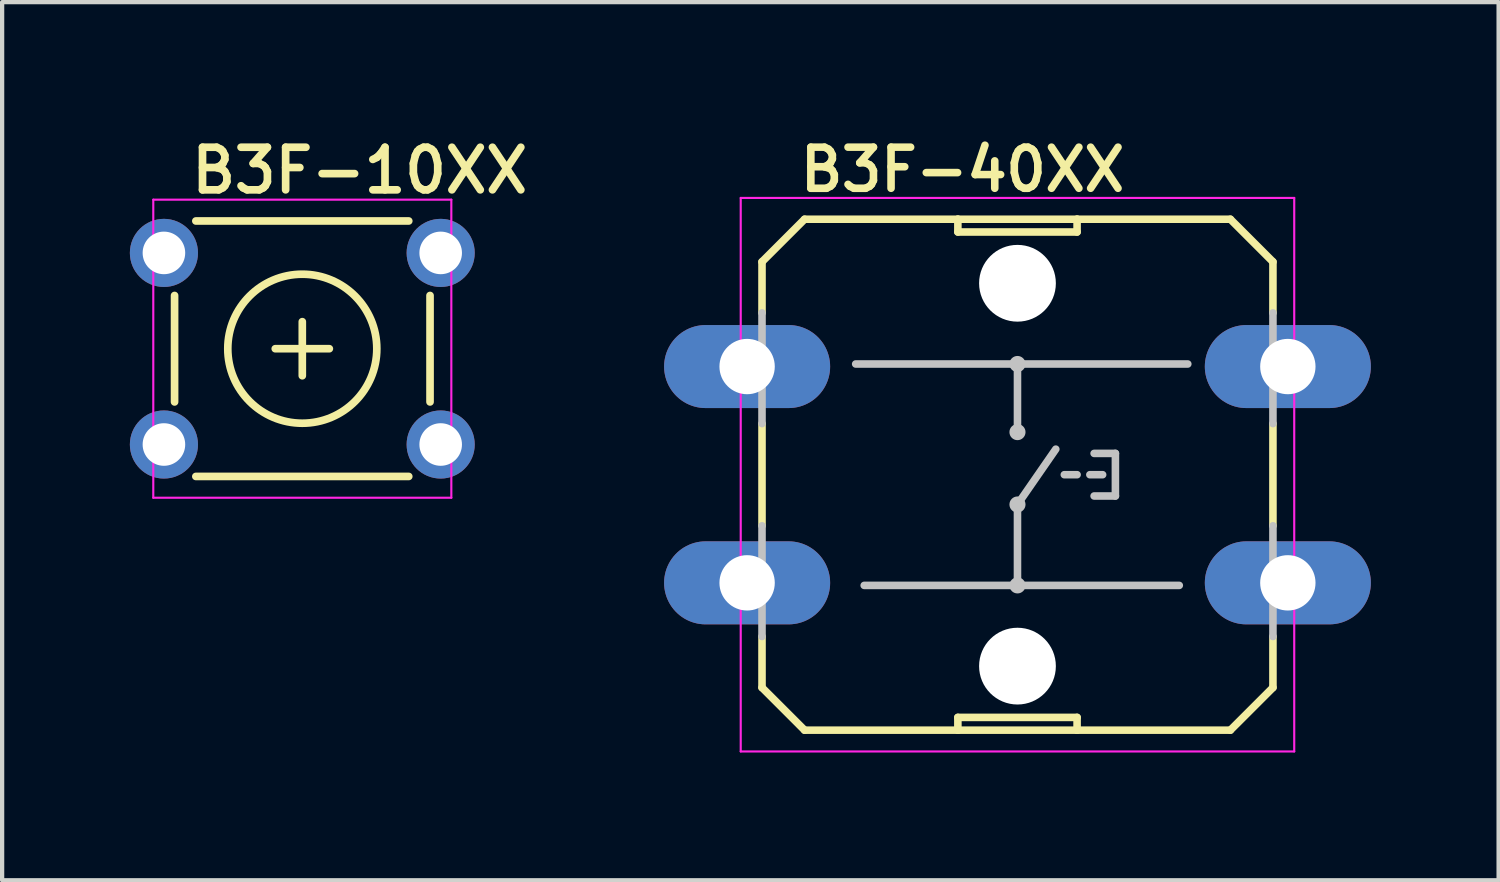
<source format=kicad_pcb>
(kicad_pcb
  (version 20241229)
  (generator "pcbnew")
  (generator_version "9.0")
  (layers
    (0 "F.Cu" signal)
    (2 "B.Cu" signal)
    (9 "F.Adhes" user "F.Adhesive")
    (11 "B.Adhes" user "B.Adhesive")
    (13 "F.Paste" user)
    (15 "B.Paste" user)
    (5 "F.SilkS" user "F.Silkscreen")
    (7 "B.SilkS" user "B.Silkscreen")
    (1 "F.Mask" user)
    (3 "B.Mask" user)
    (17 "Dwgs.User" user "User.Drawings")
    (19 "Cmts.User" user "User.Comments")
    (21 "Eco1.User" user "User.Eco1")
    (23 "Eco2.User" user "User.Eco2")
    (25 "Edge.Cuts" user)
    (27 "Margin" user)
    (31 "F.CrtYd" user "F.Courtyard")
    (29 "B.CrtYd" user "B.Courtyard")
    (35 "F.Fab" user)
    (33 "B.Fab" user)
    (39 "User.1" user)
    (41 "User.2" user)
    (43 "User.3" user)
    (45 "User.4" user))
  (footprint "B3F-40XX"
    (layer "F.Cu")
    (at 20.847 8.099)
    (property "Reference" "B3F-40XX" (at -5.2 -6.6 0) (layer "F.SilkS") (effects (font (size 0.965 0.965) (thickness 0.178)) (justify left bottom)))
    (attr through_hole)
    (fp_line (start -6 -5) (end -6 -3.8) (stroke (width 0.178) (type solid)) (layer "F.SilkS"))
    (fp_line (start -6 -1.2) (end -6 1.2) (stroke (width 0.178) (type solid)) (layer "F.SilkS"))
    (fp_line (start -6 3.8) (end -6 5) (stroke (width 0.178) (type solid)) (layer "F.SilkS"))
    (fp_line (start -6 5) (end -5 6) (stroke (width 0.178) (type solid)) (layer "F.SilkS"))
    (fp_line (start -5 -6) (end -6 -5) (stroke (width 0.178) (type solid)) (layer "F.SilkS"))
    (fp_line (start -1.4 -6) (end -5 -6) (stroke (width 0.178) (type solid)) (layer "F.SilkS"))
    (fp_line (start -1.4 -6) (end -1.4 -5.7) (stroke (width 0.178) (type solid)) (layer "F.SilkS"))
    (fp_line (start -1.4 -5.7) (end 1.4 -5.7) (stroke (width 0.178) (type solid)) (layer "F.SilkS"))
    (fp_line (start -1.4 5.7) (end 1.4 5.7) (stroke (width 0.178) (type solid)) (layer "F.SilkS"))
    (fp_line (start -1.4 6) (end -5 6) (stroke (width 0.178) (type solid)) (layer "F.SilkS"))
    (fp_line (start -1.4 6) (end -1.4 5.7) (stroke (width 0.178) (type solid)) (layer "F.SilkS"))
    (fp_line (start 1.4 -6) (end -1.4 -6) (stroke (width 0.178) (type solid)) (layer "F.SilkS"))
    (fp_line (start 1.4 -5.7) (end 1.4 -6) (stroke (width 0.178) (type solid)) (layer "F.SilkS"))
    (fp_line (start 1.4 5.7) (end 1.4 6) (stroke (width 0.178) (type solid)) (layer "F.SilkS"))
    (fp_line (start 1.4 6) (end -1.4 6) (stroke (width 0.178) (type solid)) (layer "F.SilkS"))
    (fp_line (start 5 -6) (end 1.4 -6) (stroke (width 0.178) (type solid)) (layer "F.SilkS"))
    (fp_line (start 5 6) (end 1.4 6) (stroke (width 0.178) (type solid)) (layer "F.SilkS"))
    (fp_line (start 5 6) (end 6 5) (stroke (width 0.178) (type solid)) (layer "F.SilkS"))
    (fp_line (start 6 -5) (end 5 -6) (stroke (width 0.178) (type solid)) (layer "F.SilkS"))
    (fp_line (start 6 -5) (end 6 -3.8) (stroke (width 0.178) (type solid)) (layer "F.SilkS"))
    (fp_line (start 6 -1.2) (end 6 1.2) (stroke (width 0.178) (type solid)) (layer "F.SilkS"))
    (fp_line (start 6 5) (end 6 3.8) (stroke (width 0.178) (type solid)) (layer "F.SilkS"))
    (fp_line (start -6 -1.2) (end -6 -3.8) (stroke (width 0.178) (type solid)) (layer "Dwgs.User"))
    (fp_line (start -6 3.8) (end -6 1.2) (stroke (width 0.178) (type solid)) (layer "Dwgs.User"))
    (fp_line (start -3.8 -2.6) (end 0 -2.6) (stroke (width 0.178) (type solid)) (layer "Dwgs.User"))
    (fp_line (start -3.6 2.6) (end 0 2.6) (stroke (width 0.178) (type solid)) (layer "Dwgs.User"))
    (fp_line (start 0 -2.6) (end 0 -1) (stroke (width 0.178) (type solid)) (layer "Dwgs.User"))
    (fp_line (start 0 -2.6) (end 4 -2.6) (stroke (width 0.178) (type solid)) (layer "Dwgs.User"))
    (fp_line (start 0 0.7) (end 0.9 -0.6) (stroke (width 0.178) (type solid)) (layer "Dwgs.User"))
    (fp_line (start 0 2.6) (end 0 0.7) (stroke (width 0.178) (type solid)) (layer "Dwgs.User"))
    (fp_line (start 0 2.6) (end 3.8 2.6) (stroke (width 0.178) (type solid)) (layer "Dwgs.User"))
    (fp_line (start 1.1 0) (end 1.4 0) (stroke (width 0.178) (type solid)) (layer "Dwgs.User"))
    (fp_line (start 1.7 0) (end 2 0) (stroke (width 0.178) (type solid)) (layer "Dwgs.User"))
    (fp_line (start 1.8 -0.5) (end 2.3 -0.5) (stroke (width 0.178) (type solid)) (layer "Dwgs.User"))
    (fp_line (start 2.3 -0.5) (end 2.3 0.5) (stroke (width 0.178) (type solid)) (layer "Dwgs.User"))
    (fp_line (start 2.3 0.5) (end 1.8 0.5) (stroke (width 0.178) (type solid)) (layer "Dwgs.User"))
    (fp_line (start 6 -1.2) (end 6 -3.8) (stroke (width 0.178) (type solid)) (layer "Dwgs.User"))
    (fp_line (start 6 3.8) (end 6 1.2) (stroke (width 0.178) (type solid)) (layer "Dwgs.User"))
    (fp_circle (center 0 -2.6) (end 0.1 -2.6) (stroke (width 0.178) (type solid)) (fill no) (layer "Dwgs.User"))
    (fp_circle (center 0 -1) (end 0.1 -1) (stroke (width 0.178) (type solid)) (fill no) (layer "Dwgs.User"))
    (fp_circle (center 0 0.7) (end 0.1 0.7) (stroke (width 0.178) (type solid)) (fill no) (layer "Dwgs.User"))
    (fp_circle (center 0 2.6) (end 0.1 2.6) (stroke (width 0.178) (type solid)) (fill no) (layer "Dwgs.User"))
    (fp_line (start -6.5 -6.5) (end 6.5 -6.5) (stroke (width 0.05) (type solid)) (layer "F.CrtYd"))
    (fp_line (start -6.5 6.5) (end -6.5 -6.5) (stroke (width 0.05) (type solid)) (layer "F.CrtYd"))
    (fp_line (start 6.5 -6.5) (end 6.5 6.5) (stroke (width 0.05) (type solid)) (layer "F.CrtYd"))
    (fp_line (start 6.5 6.5) (end -6.5 6.5) (stroke (width 0.05) (type solid)) (layer "F.CrtYd"))
    (pad "" np_thru_hole circle (at 0 -4.496) (size 1.803 1.803) (drill 1.803) (layers "*.Cu"))
    (pad "" np_thru_hole circle (at 0 4.496) (size 1.803 1.803) (drill 1.803) (layers "*.Cu"))
    (pad "1" thru_hole oval (at -6.35 -2.54) (size 3.9 1.95) (drill 1.3) (layers "*.Cu" "*.Mask"))
    (pad "1" thru_hole oval (at 6.35 -2.54) (size 3.9 1.95) (drill 1.3) (layers "*.Cu" "*.Mask"))
    (pad "2" thru_hole oval (at -6.35 2.54) (size 3.9 1.95) (drill 1.3) (layers "*.Cu" "*.Mask"))
    (pad "2" thru_hole oval (at 6.35 2.54) (size 3.9 1.95) (drill 1.3) (layers "*.Cu" "*.Mask")))
  (footprint "B3F-10XX"
    (layer "F.Cu")
    (at 4.05 5.14)
    (property "Reference" "B3F-10XX" (at -2.7 -3.6 0) (layer "F.SilkS") (effects (font (size 1 1) (thickness 0.18)) (justify left bottom)))
    (attr through_hole)
    (fp_line (start -3 1.25) (end -3 -1.25) (stroke (width 0.18) (type solid)) (layer "F.SilkS"))
    (fp_line (start -2.5 -3) (end 2.5 -3) (stroke (width 0.18) (type solid)) (layer "F.SilkS"))
    (fp_line (start -2.5 3) (end 2.5 3) (stroke (width 0.18) (type solid)) (layer "F.SilkS"))
    (fp_line (start -0.635 0) (end 0.635 0) (stroke (width 0.18) (type solid)) (layer "F.SilkS"))
    (fp_line (start 0 -0.635) (end 0 0.635) (stroke (width 0.18) (type solid)) (layer "F.SilkS"))
    (fp_line (start 3 1.25) (end 3 -1.25) (stroke (width 0.18) (type solid)) (layer "F.SilkS"))
    (fp_circle (center 0 0) (end 1.75 0) (stroke (width 0.18) (type solid)) (fill no) (layer "F.SilkS"))
    (fp_line (start -3.5 -3.5) (end 3.5 -3.5) (stroke (width 0.05) (type solid)) (layer "F.CrtYd"))
    (fp_line (start -3.5 3.5) (end -3.5 -3.5) (stroke (width 0.05) (type solid)) (layer "F.CrtYd"))
    (fp_line (start 3.5 -3.5) (end 3.5 3.5) (stroke (width 0.05) (type solid)) (layer "F.CrtYd"))
    (fp_line (start 3.5 3.5) (end -3.5 3.5) (stroke (width 0.05) (type solid)) (layer "F.CrtYd"))
    (pad "1" thru_hole circle (at -3.25 2.25) (size 1.6 1.6) (drill 1) (layers "*.Cu" "*.Mask"))
    (pad "1" thru_hole circle (at 3.25 2.25) (size 1.6 1.6) (drill 1) (layers "*.Cu" "*.Mask"))
    (pad "2" thru_hole circle (at -3.25 -2.25) (size 1.6 1.6) (drill 1) (layers "*.Cu" "*.Mask"))
    (pad "2" thru_hole circle (at 3.25 -2.25) (size 1.6 1.6) (drill 1) (layers "*.Cu" "*.Mask")))
  (gr_rect
    (start -3 -3)
    (end 32.147 17.624)
    (stroke (width 0.1) (type default))
    (fill no)
    (layer "Edge.Cuts")))
</source>
